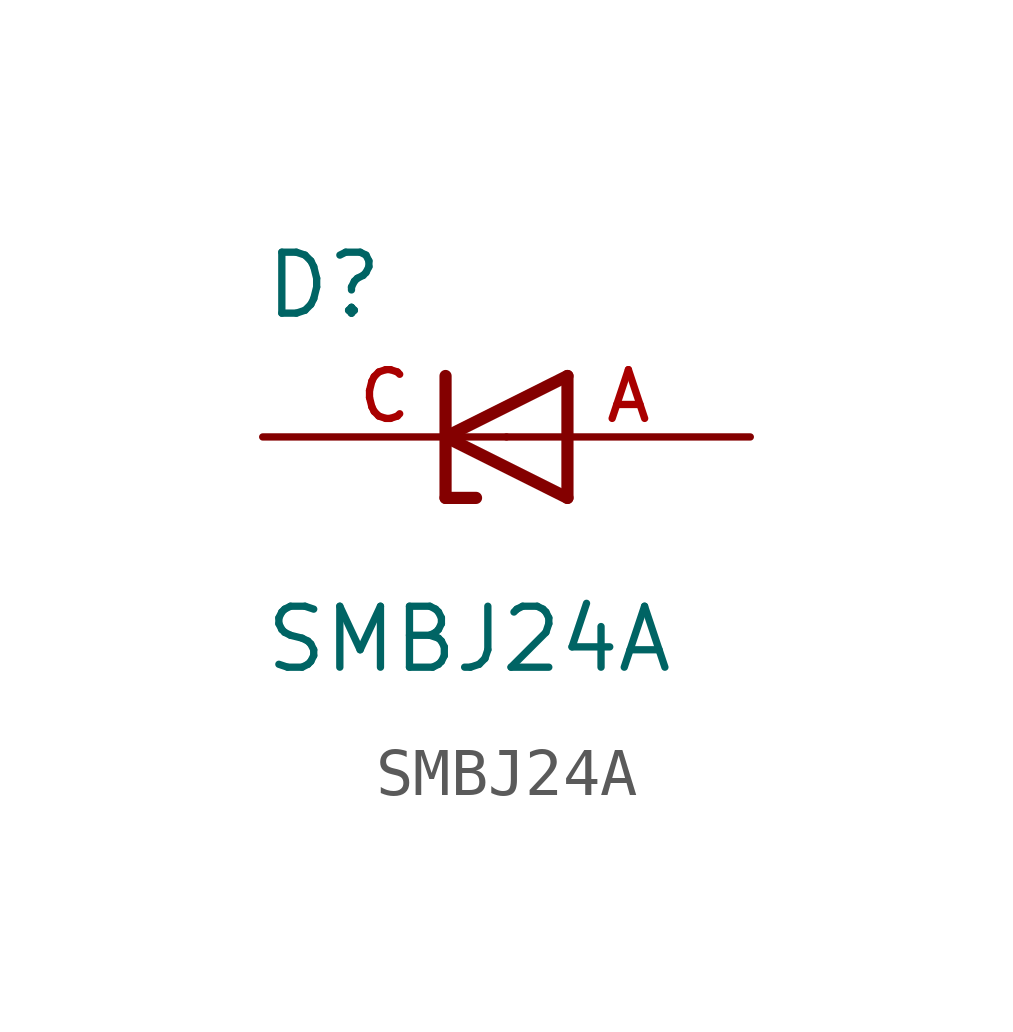
<source format=kicad_sym>
(kicad_symbol_lib
  (version 20211014)
  (generator kicad_symbol_editor)
  (symbol "SMBJ24A"
    (pin_names
      (offset 1.016))
    (property "Reference" "D"
      (at -5.084 2.416 0)
      (effects (font (size 1.27 1.27)) (justify bottom left)))
    (property "Value" "SMBJ24A"
      (at -5.085 -4.961 0)
      (effects (font (size 1.27 1.27)) (justify bottom left)))
    (symbol "SMBJ24A_0_0"
      (polyline (pts (xy 1.27 1.27) (xy -1.27 0.0)) (stroke (width 0.254)))
      (polyline (pts (xy -1.27 0.0) (xy 1.27 -1.27)) (stroke (width 0.254)))
      (polyline (pts (xy -0.635 -1.27) (xy -1.27 -1.27)) (stroke (width 0.254)))
      (polyline (pts (xy -1.27 -1.27) (xy -1.27 0.0)) (stroke (width 0.254)))
      (polyline (pts (xy 1.27 -1.27) (xy 1.27 1.27)) (stroke (width 0.254)))
      (polyline (pts (xy -1.27 0.0) (xy -1.27 1.27)) (stroke (width 0.254)))
      (pin passive line (at 5.08 0.0 180.0) (length 5.08) (name "~" (effects (font (size 1.016 1.016)))) (number "A" (effects (font (size 1.016 1.016)))))
      (pin passive line (at -5.08 0.0 0) (length 5.08) (name "~" (effects (font (size 1.016 1.016)))) (number "C" (effects (font (size 1.016 1.016))))))))
</source>
